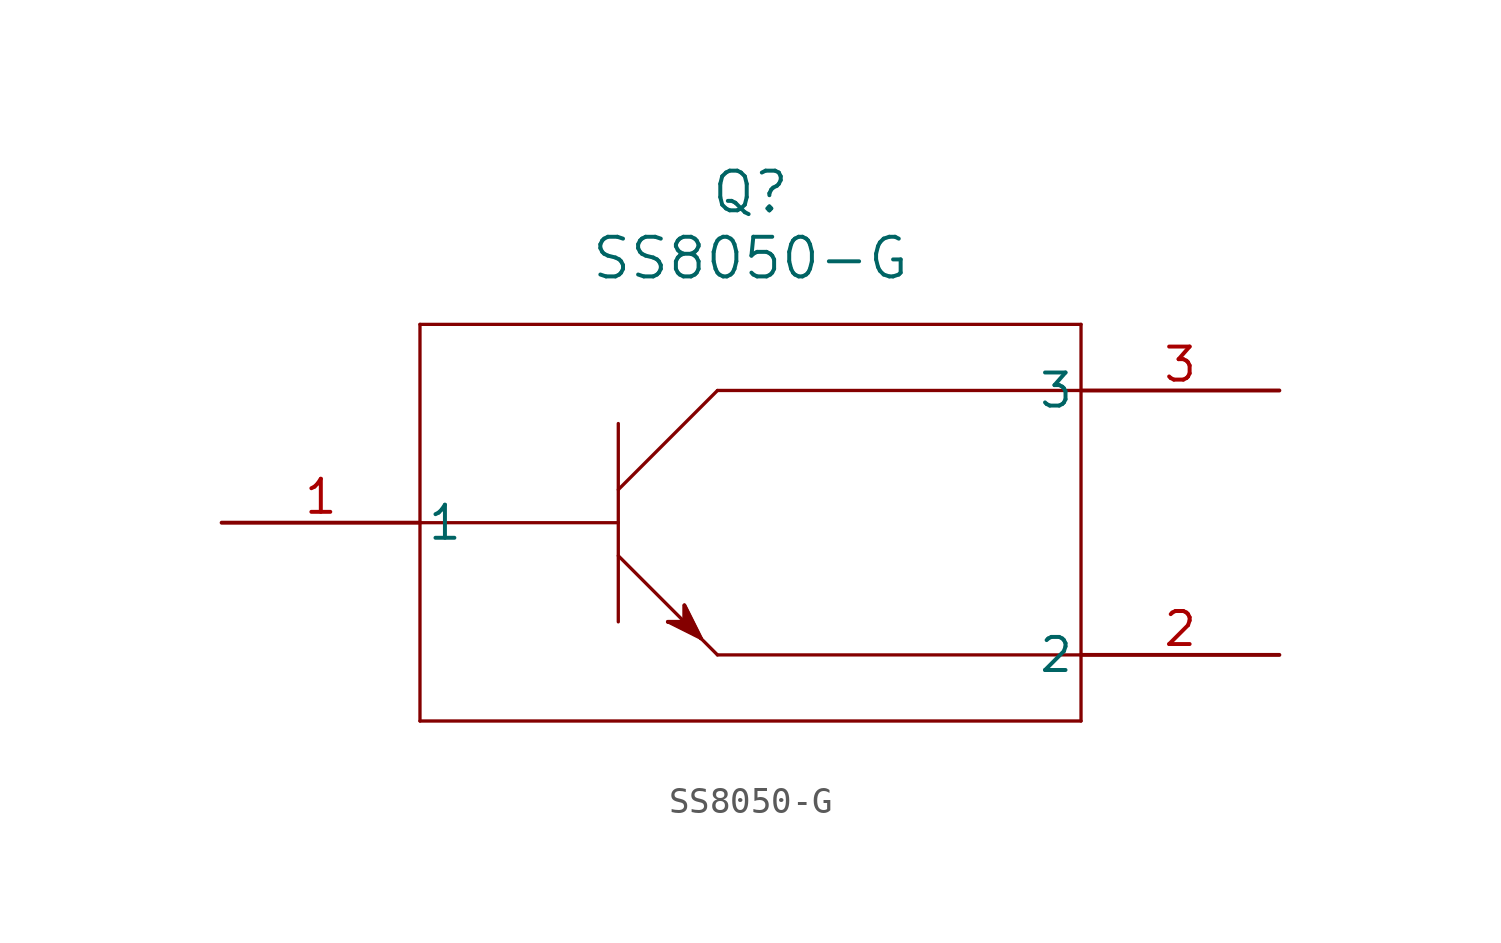
<source format=kicad_sym>
(kicad_symbol_lib
  (version 20211014)
  (generator kicad_symbol_editor)
  (symbol "SS8050-G"
    (pin_names
      (offset 0.254))
    (property "Reference" "Q"
      (at 20.32 12.7 0)
      (effects (font (size 1.524 1.524))))
    (property "Value" "SS8050-G"
      (at 20.32 10.16 0)
      (effects (font (size 1.524 1.524))))
    (symbol "SS8050-G_0_1"
      (polyline (pts (xy 7.62 7.62) (xy 7.62 -7.62)) (stroke (width 0.127) (type default) (color 0 0 0 0)) (fill (type none)))
      (polyline (pts (xy 7.62 -7.62) (xy 33.02 -7.62)) (stroke (width 0.127) (type default) (color 0 0 0 0)) (fill (type none)))
      (polyline (pts (xy 33.02 -7.62) (xy 33.02 7.62)) (stroke (width 0.127) (type default) (color 0 0 0 0)) (fill (type none)))
      (polyline (pts (xy 33.02 7.62) (xy 7.62 7.62)) (stroke (width 0.127) (type default) (color 0 0 0 0)) (fill (type none)))
      (polyline (pts (xy 15.24 3.81) (xy 15.24 -3.81)) (stroke (width 0.127) (type default) (color 0 0 0 0)) (fill (type none)))
      (polyline (pts (xy 7.62 0) (xy 15.24 0)) (stroke (width 0.127) (type default) (color 0 0 0 0)) (fill (type none)))
      (polyline (pts (xy 15.24 -1.27) (xy 17.78 -3.81)) (stroke (width 0.127) (type default) (color 0 0 0 0)) (fill (type none)))
      (polyline (pts (xy 15.24 1.27) (xy 19.05 5.08)) (stroke (width 0.127) (type default) (color 0 0 0 0)) (fill (type none)))
      (polyline (pts (xy 19.05 -5.08) (xy 33.02 -5.08)) (stroke (width 0.127) (type default) (color 0 0 0 0)) (fill (type none)))
      (polyline (pts (xy 19.05 5.08) (xy 33.02 5.08)) (stroke (width 0.127) (type default) (color 0 0 0 0)) (fill (type none)))
      (polyline (pts (xy 18.415 -4.445) (xy 17.78 -3.175)) (stroke (width 0.127) (type default) (color 0 0 0 0)) (fill (type none)))
      (polyline (pts (xy 17.78 -3.175) (xy 17.78 -3.81)) (stroke (width 0.127) (type default) (color 0 0 0 0)) (fill (type none)))
      (polyline (pts (xy 17.78 -3.81) (xy 17.145 -3.81)) (stroke (width 0.127) (type default) (color 0 0 0 0)) (fill (type none)))
      (polyline (pts (xy 17.145 -3.81) (xy 18.415 -4.445)) (stroke (width 0.127) (type default) (color 0 0 0 0)) (fill (type none)))
      (polyline (pts (xy 18.415 -4.445) (xy 19.05 -5.08)) (stroke (width 0.127) (type default) (color 0 0 0 0)) (fill (type none)))
      (polyline (pts (xy 17.145 -3.81) (xy 17.78 -3.81) (xy 17.78 -3.175) (xy 18.415 -4.445)) (stroke (width 0) (type default) (color 0 0 0 0)) (fill (type outline)))
      (pin unspecified line (at 0 0 0) (length 7.62) (name "1" (effects (font (size 1.27 1.27)))) (number "1" (effects (font (size 1.27 1.27)))))
      (pin unspecified line (at 40.64 -5.08 180) (length 7.62) (name "2" (effects (font (size 1.27 1.27)))) (number "2" (effects (font (size 1.27 1.27)))))
      (pin unspecified line (at 40.64 5.08 180) (length 7.62) (name "3" (effects (font (size 1.27 1.27)))) (number "3" (effects (font (size 1.27 1.27))))))))
</source>
